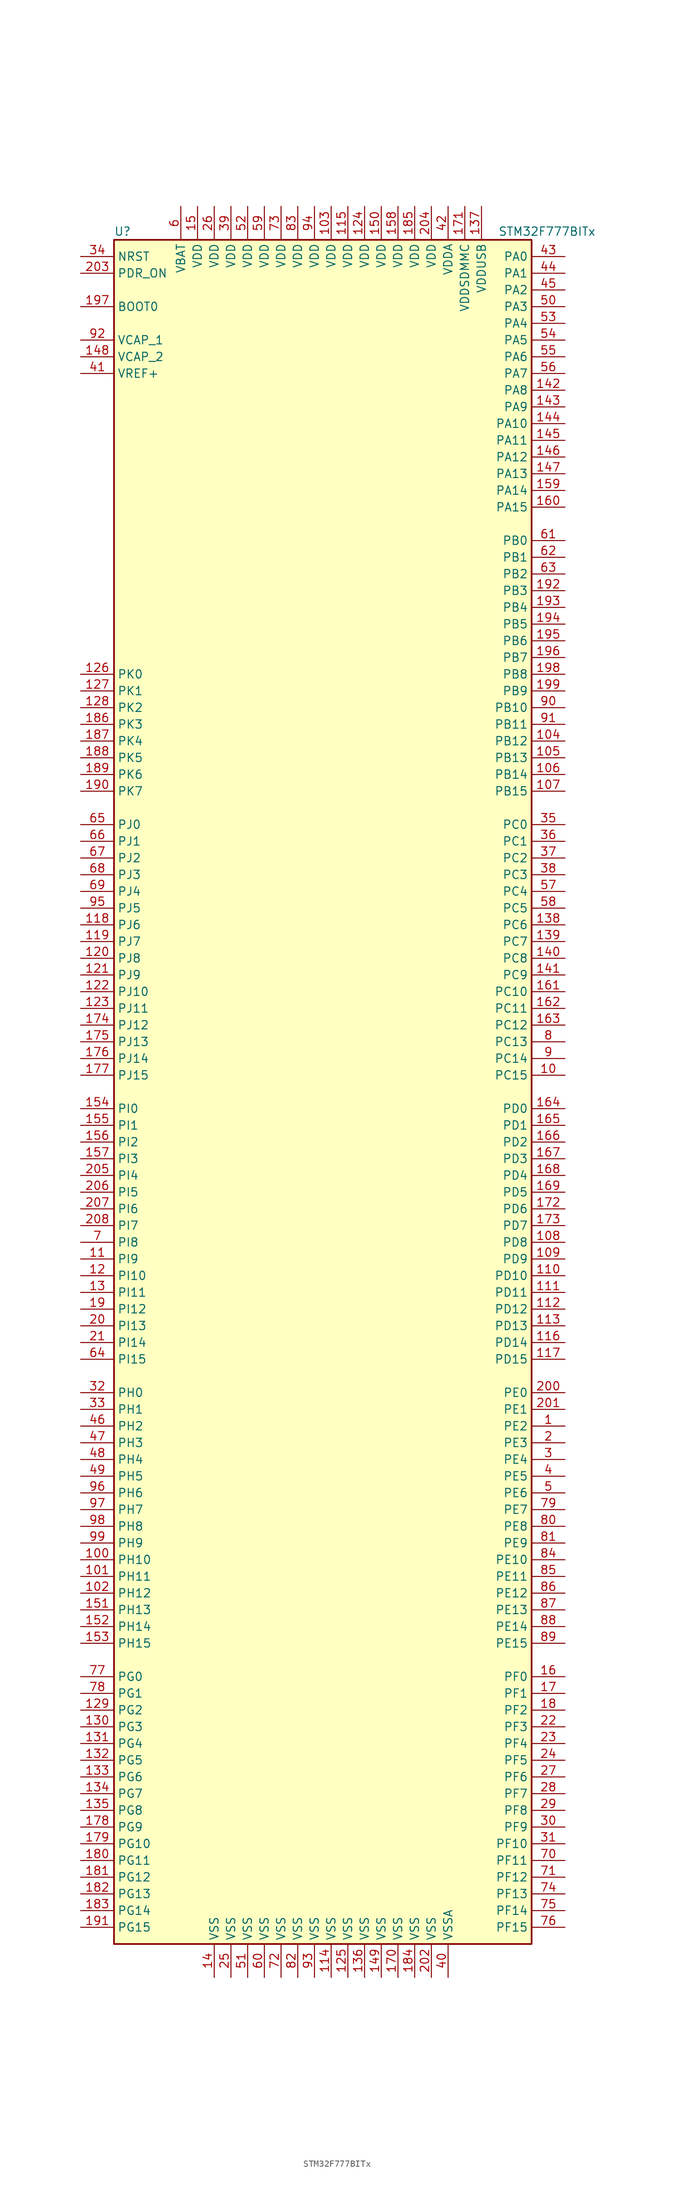
<source format=kicad_sym>
(kicad_symbol_lib
  (version 20211014)
  (generator kicad_symbol_editor)
  (symbol "STM32F777BITx"
    (property "Reference" "U"
      (at -33.02 130.81 0)
      (effects (font (size 1.27 1.27)) (justify left)))
    (property "Value" "STM32F777BITx"
      (at 25.4 130.81 0)
      (effects (font (size 1.27 1.27)) (justify left)))
    (symbol "STM32F777BITx_0_1"
      (rectangle (start -33.02 -129.54) (end 30.48 129.54) (stroke (width 0.254) (type default) (color 0 0 0 0)) (fill (type background))))
    (symbol "STM32F777BITx_1_1"
      (pin bidirectional line (at 35.56 -50.8 180) (length 5.08) (name "PE2" (effects (font (size 1.27 1.27)))) (number "1" (effects (font (size 1.27 1.27)))))
      (pin bidirectional line (at 35.56 2.54 180) (length 5.08) (name "PC15" (effects (font (size 1.27 1.27)))) (number "10" (effects (font (size 1.27 1.27)))))
      (pin bidirectional line (at -38.1 -71.12 0) (length 5.08) (name "PH10" (effects (font (size 1.27 1.27)))) (number "100" (effects (font (size 1.27 1.27)))))
      (pin bidirectional line (at -38.1 -73.66 0) (length 5.08) (name "PH11" (effects (font (size 1.27 1.27)))) (number "101" (effects (font (size 1.27 1.27)))))
      (pin bidirectional line (at -38.1 -76.2 0) (length 5.08) (name "PH12" (effects (font (size 1.27 1.27)))) (number "102" (effects (font (size 1.27 1.27)))))
      (pin power_in line (at 0 134.62 270) (length 5.08) (name "VDD" (effects (font (size 1.27 1.27)))) (number "103" (effects (font (size 1.27 1.27)))))
      (pin bidirectional line (at 35.56 53.34 180) (length 5.08) (name "PB12" (effects (font (size 1.27 1.27)))) (number "104" (effects (font (size 1.27 1.27)))))
      (pin bidirectional line (at 35.56 50.8 180) (length 5.08) (name "PB13" (effects (font (size 1.27 1.27)))) (number "105" (effects (font (size 1.27 1.27)))))
      (pin bidirectional line (at 35.56 48.26 180) (length 5.08) (name "PB14" (effects (font (size 1.27 1.27)))) (number "106" (effects (font (size 1.27 1.27)))))
      (pin bidirectional line (at 35.56 45.72 180) (length 5.08) (name "PB15" (effects (font (size 1.27 1.27)))) (number "107" (effects (font (size 1.27 1.27)))))
      (pin bidirectional line (at 35.56 -22.86 180) (length 5.08) (name "PD8" (effects (font (size 1.27 1.27)))) (number "108" (effects (font (size 1.27 1.27)))))
      (pin bidirectional line (at 35.56 -25.4 180) (length 5.08) (name "PD9" (effects (font (size 1.27 1.27)))) (number "109" (effects (font (size 1.27 1.27)))))
      (pin bidirectional line (at -38.1 -25.4 0) (length 5.08) (name "PI9" (effects (font (size 1.27 1.27)))) (number "11" (effects (font (size 1.27 1.27)))))
      (pin bidirectional line (at 35.56 -27.94 180) (length 5.08) (name "PD10" (effects (font (size 1.27 1.27)))) (number "110" (effects (font (size 1.27 1.27)))))
      (pin bidirectional line (at 35.56 -30.48 180) (length 5.08) (name "PD11" (effects (font (size 1.27 1.27)))) (number "111" (effects (font (size 1.27 1.27)))))
      (pin bidirectional line (at 35.56 -33.02 180) (length 5.08) (name "PD12" (effects (font (size 1.27 1.27)))) (number "112" (effects (font (size 1.27 1.27)))))
      (pin bidirectional line (at 35.56 -35.56 180) (length 5.08) (name "PD13" (effects (font (size 1.27 1.27)))) (number "113" (effects (font (size 1.27 1.27)))))
      (pin power_in line (at 0 -134.62 90) (length 5.08) (name "VSS" (effects (font (size 1.27 1.27)))) (number "114" (effects (font (size 1.27 1.27)))))
      (pin power_in line (at 2.54 134.62 270) (length 5.08) (name "VDD" (effects (font (size 1.27 1.27)))) (number "115" (effects (font (size 1.27 1.27)))))
      (pin bidirectional line (at 35.56 -38.1 180) (length 5.08) (name "PD14" (effects (font (size 1.27 1.27)))) (number "116" (effects (font (size 1.27 1.27)))))
      (pin bidirectional line (at 35.56 -40.64 180) (length 5.08) (name "PD15" (effects (font (size 1.27 1.27)))) (number "117" (effects (font (size 1.27 1.27)))))
      (pin bidirectional line (at -38.1 25.4 0) (length 5.08) (name "PJ6" (effects (font (size 1.27 1.27)))) (number "118" (effects (font (size 1.27 1.27)))))
      (pin bidirectional line (at -38.1 22.86 0) (length 5.08) (name "PJ7" (effects (font (size 1.27 1.27)))) (number "119" (effects (font (size 1.27 1.27)))))
      (pin bidirectional line (at -38.1 -27.94 0) (length 5.08) (name "PI10" (effects (font (size 1.27 1.27)))) (number "12" (effects (font (size 1.27 1.27)))))
      (pin bidirectional line (at -38.1 20.32 0) (length 5.08) (name "PJ8" (effects (font (size 1.27 1.27)))) (number "120" (effects (font (size 1.27 1.27)))))
      (pin bidirectional line (at -38.1 17.78 0) (length 5.08) (name "PJ9" (effects (font (size 1.27 1.27)))) (number "121" (effects (font (size 1.27 1.27)))))
      (pin bidirectional line (at -38.1 15.24 0) (length 5.08) (name "PJ10" (effects (font (size 1.27 1.27)))) (number "122" (effects (font (size 1.27 1.27)))))
      (pin bidirectional line (at -38.1 12.7 0) (length 5.08) (name "PJ11" (effects (font (size 1.27 1.27)))) (number "123" (effects (font (size 1.27 1.27)))))
      (pin power_in line (at 5.08 134.62 270) (length 5.08) (name "VDD" (effects (font (size 1.27 1.27)))) (number "124" (effects (font (size 1.27 1.27)))))
      (pin power_in line (at 2.54 -134.62 90) (length 5.08) (name "VSS" (effects (font (size 1.27 1.27)))) (number "125" (effects (font (size 1.27 1.27)))))
      (pin bidirectional line (at -38.1 63.5 0) (length 5.08) (name "PK0" (effects (font (size 1.27 1.27)))) (number "126" (effects (font (size 1.27 1.27)))))
      (pin bidirectional line (at -38.1 60.96 0) (length 5.08) (name "PK1" (effects (font (size 1.27 1.27)))) (number "127" (effects (font (size 1.27 1.27)))))
      (pin bidirectional line (at -38.1 58.42 0) (length 5.08) (name "PK2" (effects (font (size 1.27 1.27)))) (number "128" (effects (font (size 1.27 1.27)))))
      (pin bidirectional line (at -38.1 -93.98 0) (length 5.08) (name "PG2" (effects (font (size 1.27 1.27)))) (number "129" (effects (font (size 1.27 1.27)))))
      (pin bidirectional line (at -38.1 -30.48 0) (length 5.08) (name "PI11" (effects (font (size 1.27 1.27)))) (number "13" (effects (font (size 1.27 1.27)))))
      (pin bidirectional line (at -38.1 -96.52 0) (length 5.08) (name "PG3" (effects (font (size 1.27 1.27)))) (number "130" (effects (font (size 1.27 1.27)))))
      (pin bidirectional line (at -38.1 -99.06 0) (length 5.08) (name "PG4" (effects (font (size 1.27 1.27)))) (number "131" (effects (font (size 1.27 1.27)))))
      (pin bidirectional line (at -38.1 -101.6 0) (length 5.08) (name "PG5" (effects (font (size 1.27 1.27)))) (number "132" (effects (font (size 1.27 1.27)))))
      (pin bidirectional line (at -38.1 -104.14 0) (length 5.08) (name "PG6" (effects (font (size 1.27 1.27)))) (number "133" (effects (font (size 1.27 1.27)))))
      (pin bidirectional line (at -38.1 -106.68 0) (length 5.08) (name "PG7" (effects (font (size 1.27 1.27)))) (number "134" (effects (font (size 1.27 1.27)))))
      (pin bidirectional line (at -38.1 -109.22 0) (length 5.08) (name "PG8" (effects (font (size 1.27 1.27)))) (number "135" (effects (font (size 1.27 1.27)))))
      (pin power_in line (at 5.08 -134.62 90) (length 5.08) (name "VSS" (effects (font (size 1.27 1.27)))) (number "136" (effects (font (size 1.27 1.27)))))
      (pin power_in line (at 22.86 134.62 270) (length 5.08) (name "VDDUSB" (effects (font (size 1.27 1.27)))) (number "137" (effects (font (size 1.27 1.27)))))
      (pin bidirectional line (at 35.56 25.4 180) (length 5.08) (name "PC6" (effects (font (size 1.27 1.27)))) (number "138" (effects (font (size 1.27 1.27)))))
      (pin bidirectional line (at 35.56 22.86 180) (length 5.08) (name "PC7" (effects (font (size 1.27 1.27)))) (number "139" (effects (font (size 1.27 1.27)))))
      (pin power_in line (at -17.78 -134.62 90) (length 5.08) (name "VSS" (effects (font (size 1.27 1.27)))) (number "14" (effects (font (size 1.27 1.27)))))
      (pin bidirectional line (at 35.56 20.32 180) (length 5.08) (name "PC8" (effects (font (size 1.27 1.27)))) (number "140" (effects (font (size 1.27 1.27)))))
      (pin bidirectional line (at 35.56 17.78 180) (length 5.08) (name "PC9" (effects (font (size 1.27 1.27)))) (number "141" (effects (font (size 1.27 1.27)))))
      (pin bidirectional line (at 35.56 106.68 180) (length 5.08) (name "PA8" (effects (font (size 1.27 1.27)))) (number "142" (effects (font (size 1.27 1.27)))))
      (pin bidirectional line (at 35.56 104.14 180) (length 5.08) (name "PA9" (effects (font (size 1.27 1.27)))) (number "143" (effects (font (size 1.27 1.27)))))
      (pin bidirectional line (at 35.56 101.6 180) (length 5.08) (name "PA10" (effects (font (size 1.27 1.27)))) (number "144" (effects (font (size 1.27 1.27)))))
      (pin bidirectional line (at 35.56 99.06 180) (length 5.08) (name "PA11" (effects (font (size 1.27 1.27)))) (number "145" (effects (font (size 1.27 1.27)))))
      (pin bidirectional line (at 35.56 96.52 180) (length 5.08) (name "PA12" (effects (font (size 1.27 1.27)))) (number "146" (effects (font (size 1.27 1.27)))))
      (pin bidirectional line (at 35.56 93.98 180) (length 5.08) (name "PA13" (effects (font (size 1.27 1.27)))) (number "147" (effects (font (size 1.27 1.27)))))
      (pin power_in line (at -38.1 111.76 0) (length 5.08) (name "VCAP_2" (effects (font (size 1.27 1.27)))) (number "148" (effects (font (size 1.27 1.27)))))
      (pin power_in line (at 7.62 -134.62 90) (length 5.08) (name "VSS" (effects (font (size 1.27 1.27)))) (number "149" (effects (font (size 1.27 1.27)))))
      (pin power_in line (at -20.32 134.62 270) (length 5.08) (name "VDD" (effects (font (size 1.27 1.27)))) (number "15" (effects (font (size 1.27 1.27)))))
      (pin power_in line (at 7.62 134.62 270) (length 5.08) (name "VDD" (effects (font (size 1.27 1.27)))) (number "150" (effects (font (size 1.27 1.27)))))
      (pin bidirectional line (at -38.1 -78.74 0) (length 5.08) (name "PH13" (effects (font (size 1.27 1.27)))) (number "151" (effects (font (size 1.27 1.27)))))
      (pin bidirectional line (at -38.1 -81.28 0) (length 5.08) (name "PH14" (effects (font (size 1.27 1.27)))) (number "152" (effects (font (size 1.27 1.27)))))
      (pin bidirectional line (at -38.1 -83.82 0) (length 5.08) (name "PH15" (effects (font (size 1.27 1.27)))) (number "153" (effects (font (size 1.27 1.27)))))
      (pin bidirectional line (at -38.1 -2.54 0) (length 5.08) (name "PI0" (effects (font (size 1.27 1.27)))) (number "154" (effects (font (size 1.27 1.27)))))
      (pin bidirectional line (at -38.1 -5.08 0) (length 5.08) (name "PI1" (effects (font (size 1.27 1.27)))) (number "155" (effects (font (size 1.27 1.27)))))
      (pin bidirectional line (at -38.1 -7.62 0) (length 5.08) (name "PI2" (effects (font (size 1.27 1.27)))) (number "156" (effects (font (size 1.27 1.27)))))
      (pin bidirectional line (at -38.1 -10.16 0) (length 5.08) (name "PI3" (effects (font (size 1.27 1.27)))) (number "157" (effects (font (size 1.27 1.27)))))
      (pin power_in line (at 10.16 134.62 270) (length 5.08) (name "VDD" (effects (font (size 1.27 1.27)))) (number "158" (effects (font (size 1.27 1.27)))))
      (pin bidirectional line (at 35.56 91.44 180) (length 5.08) (name "PA14" (effects (font (size 1.27 1.27)))) (number "159" (effects (font (size 1.27 1.27)))))
      (pin bidirectional line (at 35.56 -88.9 180) (length 5.08) (name "PF0" (effects (font (size 1.27 1.27)))) (number "16" (effects (font (size 1.27 1.27)))))
      (pin bidirectional line (at 35.56 88.9 180) (length 5.08) (name "PA15" (effects (font (size 1.27 1.27)))) (number "160" (effects (font (size 1.27 1.27)))))
      (pin bidirectional line (at 35.56 15.24 180) (length 5.08) (name "PC10" (effects (font (size 1.27 1.27)))) (number "161" (effects (font (size 1.27 1.27)))))
      (pin bidirectional line (at 35.56 12.7 180) (length 5.08) (name "PC11" (effects (font (size 1.27 1.27)))) (number "162" (effects (font (size 1.27 1.27)))))
      (pin bidirectional line (at 35.56 10.16 180) (length 5.08) (name "PC12" (effects (font (size 1.27 1.27)))) (number "163" (effects (font (size 1.27 1.27)))))
      (pin bidirectional line (at 35.56 -2.54 180) (length 5.08) (name "PD0" (effects (font (size 1.27 1.27)))) (number "164" (effects (font (size 1.27 1.27)))))
      (pin bidirectional line (at 35.56 -5.08 180) (length 5.08) (name "PD1" (effects (font (size 1.27 1.27)))) (number "165" (effects (font (size 1.27 1.27)))))
      (pin bidirectional line (at 35.56 -7.62 180) (length 5.08) (name "PD2" (effects (font (size 1.27 1.27)))) (number "166" (effects (font (size 1.27 1.27)))))
      (pin bidirectional line (at 35.56 -10.16 180) (length 5.08) (name "PD3" (effects (font (size 1.27 1.27)))) (number "167" (effects (font (size 1.27 1.27)))))
      (pin bidirectional line (at 35.56 -12.7 180) (length 5.08) (name "PD4" (effects (font (size 1.27 1.27)))) (number "168" (effects (font (size 1.27 1.27)))))
      (pin bidirectional line (at 35.56 -15.24 180) (length 5.08) (name "PD5" (effects (font (size 1.27 1.27)))) (number "169" (effects (font (size 1.27 1.27)))))
      (pin bidirectional line (at 35.56 -91.44 180) (length 5.08) (name "PF1" (effects (font (size 1.27 1.27)))) (number "17" (effects (font (size 1.27 1.27)))))
      (pin power_in line (at 10.16 -134.62 90) (length 5.08) (name "VSS" (effects (font (size 1.27 1.27)))) (number "170" (effects (font (size 1.27 1.27)))))
      (pin power_in line (at 20.32 134.62 270) (length 5.08) (name "VDDSDMMC" (effects (font (size 1.27 1.27)))) (number "171" (effects (font (size 1.27 1.27)))))
      (pin bidirectional line (at 35.56 -17.78 180) (length 5.08) (name "PD6" (effects (font (size 1.27 1.27)))) (number "172" (effects (font (size 1.27 1.27)))))
      (pin bidirectional line (at 35.56 -20.32 180) (length 5.08) (name "PD7" (effects (font (size 1.27 1.27)))) (number "173" (effects (font (size 1.27 1.27)))))
      (pin bidirectional line (at -38.1 10.16 0) (length 5.08) (name "PJ12" (effects (font (size 1.27 1.27)))) (number "174" (effects (font (size 1.27 1.27)))))
      (pin bidirectional line (at -38.1 7.62 0) (length 5.08) (name "PJ13" (effects (font (size 1.27 1.27)))) (number "175" (effects (font (size 1.27 1.27)))))
      (pin bidirectional line (at -38.1 5.08 0) (length 5.08) (name "PJ14" (effects (font (size 1.27 1.27)))) (number "176" (effects (font (size 1.27 1.27)))))
      (pin bidirectional line (at -38.1 2.54 0) (length 5.08) (name "PJ15" (effects (font (size 1.27 1.27)))) (number "177" (effects (font (size 1.27 1.27)))))
      (pin bidirectional line (at -38.1 -111.76 0) (length 5.08) (name "PG9" (effects (font (size 1.27 1.27)))) (number "178" (effects (font (size 1.27 1.27)))))
      (pin bidirectional line (at -38.1 -114.3 0) (length 5.08) (name "PG10" (effects (font (size 1.27 1.27)))) (number "179" (effects (font (size 1.27 1.27)))))
      (pin bidirectional line (at 35.56 -93.98 180) (length 5.08) (name "PF2" (effects (font (size 1.27 1.27)))) (number "18" (effects (font (size 1.27 1.27)))))
      (pin bidirectional line (at -38.1 -116.84 0) (length 5.08) (name "PG11" (effects (font (size 1.27 1.27)))) (number "180" (effects (font (size 1.27 1.27)))))
      (pin bidirectional line (at -38.1 -119.38 0) (length 5.08) (name "PG12" (effects (font (size 1.27 1.27)))) (number "181" (effects (font (size 1.27 1.27)))))
      (pin bidirectional line (at -38.1 -121.92 0) (length 5.08) (name "PG13" (effects (font (size 1.27 1.27)))) (number "182" (effects (font (size 1.27 1.27)))))
      (pin bidirectional line (at -38.1 -124.46 0) (length 5.08) (name "PG14" (effects (font (size 1.27 1.27)))) (number "183" (effects (font (size 1.27 1.27)))))
      (pin power_in line (at 12.7 -134.62 90) (length 5.08) (name "VSS" (effects (font (size 1.27 1.27)))) (number "184" (effects (font (size 1.27 1.27)))))
      (pin power_in line (at 12.7 134.62 270) (length 5.08) (name "VDD" (effects (font (size 1.27 1.27)))) (number "185" (effects (font (size 1.27 1.27)))))
      (pin bidirectional line (at -38.1 55.88 0) (length 5.08) (name "PK3" (effects (font (size 1.27 1.27)))) (number "186" (effects (font (size 1.27 1.27)))))
      (pin bidirectional line (at -38.1 53.34 0) (length 5.08) (name "PK4" (effects (font (size 1.27 1.27)))) (number "187" (effects (font (size 1.27 1.27)))))
      (pin bidirectional line (at -38.1 50.8 0) (length 5.08) (name "PK5" (effects (font (size 1.27 1.27)))) (number "188" (effects (font (size 1.27 1.27)))))
      (pin bidirectional line (at -38.1 48.26 0) (length 5.08) (name "PK6" (effects (font (size 1.27 1.27)))) (number "189" (effects (font (size 1.27 1.27)))))
      (pin bidirectional line (at -38.1 -33.02 0) (length 5.08) (name "PI12" (effects (font (size 1.27 1.27)))) (number "19" (effects (font (size 1.27 1.27)))))
      (pin bidirectional line (at -38.1 45.72 0) (length 5.08) (name "PK7" (effects (font (size 1.27 1.27)))) (number "190" (effects (font (size 1.27 1.27)))))
      (pin bidirectional line (at -38.1 -127 0) (length 5.08) (name "PG15" (effects (font (size 1.27 1.27)))) (number "191" (effects (font (size 1.27 1.27)))))
      (pin bidirectional line (at 35.56 76.2 180) (length 5.08) (name "PB3" (effects (font (size 1.27 1.27)))) (number "192" (effects (font (size 1.27 1.27)))))
      (pin bidirectional line (at 35.56 73.66 180) (length 5.08) (name "PB4" (effects (font (size 1.27 1.27)))) (number "193" (effects (font (size 1.27 1.27)))))
      (pin bidirectional line (at 35.56 71.12 180) (length 5.08) (name "PB5" (effects (font (size 1.27 1.27)))) (number "194" (effects (font (size 1.27 1.27)))))
      (pin bidirectional line (at 35.56 68.58 180) (length 5.08) (name "PB6" (effects (font (size 1.27 1.27)))) (number "195" (effects (font (size 1.27 1.27)))))
      (pin bidirectional line (at 35.56 66.04 180) (length 5.08) (name "PB7" (effects (font (size 1.27 1.27)))) (number "196" (effects (font (size 1.27 1.27)))))
      (pin input line (at -38.1 119.38 0) (length 5.08) (name "BOOT0" (effects (font (size 1.27 1.27)))) (number "197" (effects (font (size 1.27 1.27)))))
      (pin bidirectional line (at 35.56 63.5 180) (length 5.08) (name "PB8" (effects (font (size 1.27 1.27)))) (number "198" (effects (font (size 1.27 1.27)))))
      (pin bidirectional line (at 35.56 60.96 180) (length 5.08) (name "PB9" (effects (font (size 1.27 1.27)))) (number "199" (effects (font (size 1.27 1.27)))))
      (pin bidirectional line (at 35.56 -53.34 180) (length 5.08) (name "PE3" (effects (font (size 1.27 1.27)))) (number "2" (effects (font (size 1.27 1.27)))))
      (pin bidirectional line (at -38.1 -35.56 0) (length 5.08) (name "PI13" (effects (font (size 1.27 1.27)))) (number "20" (effects (font (size 1.27 1.27)))))
      (pin bidirectional line (at 35.56 -45.72 180) (length 5.08) (name "PE0" (effects (font (size 1.27 1.27)))) (number "200" (effects (font (size 1.27 1.27)))))
      (pin bidirectional line (at 35.56 -48.26 180) (length 5.08) (name "PE1" (effects (font (size 1.27 1.27)))) (number "201" (effects (font (size 1.27 1.27)))))
      (pin power_in line (at 15.24 -134.62 90) (length 5.08) (name "VSS" (effects (font (size 1.27 1.27)))) (number "202" (effects (font (size 1.27 1.27)))))
      (pin input line (at -38.1 124.46 0) (length 5.08) (name "PDR_ON" (effects (font (size 1.27 1.27)))) (number "203" (effects (font (size 1.27 1.27)))))
      (pin power_in line (at 15.24 134.62 270) (length 5.08) (name "VDD" (effects (font (size 1.27 1.27)))) (number "204" (effects (font (size 1.27 1.27)))))
      (pin bidirectional line (at -38.1 -12.7 0) (length 5.08) (name "PI4" (effects (font (size 1.27 1.27)))) (number "205" (effects (font (size 1.27 1.27)))))
      (pin bidirectional line (at -38.1 -15.24 0) (length 5.08) (name "PI5" (effects (font (size 1.27 1.27)))) (number "206" (effects (font (size 1.27 1.27)))))
      (pin bidirectional line (at -38.1 -17.78 0) (length 5.08) (name "PI6" (effects (font (size 1.27 1.27)))) (number "207" (effects (font (size 1.27 1.27)))))
      (pin bidirectional line (at -38.1 -20.32 0) (length 5.08) (name "PI7" (effects (font (size 1.27 1.27)))) (number "208" (effects (font (size 1.27 1.27)))))
      (pin bidirectional line (at -38.1 -38.1 0) (length 5.08) (name "PI14" (effects (font (size 1.27 1.27)))) (number "21" (effects (font (size 1.27 1.27)))))
      (pin bidirectional line (at 35.56 -96.52 180) (length 5.08) (name "PF3" (effects (font (size 1.27 1.27)))) (number "22" (effects (font (size 1.27 1.27)))))
      (pin bidirectional line (at 35.56 -99.06 180) (length 5.08) (name "PF4" (effects (font (size 1.27 1.27)))) (number "23" (effects (font (size 1.27 1.27)))))
      (pin bidirectional line (at 35.56 -101.6 180) (length 5.08) (name "PF5" (effects (font (size 1.27 1.27)))) (number "24" (effects (font (size 1.27 1.27)))))
      (pin power_in line (at -15.24 -134.62 90) (length 5.08) (name "VSS" (effects (font (size 1.27 1.27)))) (number "25" (effects (font (size 1.27 1.27)))))
      (pin power_in line (at -17.78 134.62 270) (length 5.08) (name "VDD" (effects (font (size 1.27 1.27)))) (number "26" (effects (font (size 1.27 1.27)))))
      (pin bidirectional line (at 35.56 -104.14 180) (length 5.08) (name "PF6" (effects (font (size 1.27 1.27)))) (number "27" (effects (font (size 1.27 1.27)))))
      (pin bidirectional line (at 35.56 -106.68 180) (length 5.08) (name "PF7" (effects (font (size 1.27 1.27)))) (number "28" (effects (font (size 1.27 1.27)))))
      (pin bidirectional line (at 35.56 -109.22 180) (length 5.08) (name "PF8" (effects (font (size 1.27 1.27)))) (number "29" (effects (font (size 1.27 1.27)))))
      (pin bidirectional line (at 35.56 -55.88 180) (length 5.08) (name "PE4" (effects (font (size 1.27 1.27)))) (number "3" (effects (font (size 1.27 1.27)))))
      (pin bidirectional line (at 35.56 -111.76 180) (length 5.08) (name "PF9" (effects (font (size 1.27 1.27)))) (number "30" (effects (font (size 1.27 1.27)))))
      (pin bidirectional line (at 35.56 -114.3 180) (length 5.08) (name "PF10" (effects (font (size 1.27 1.27)))) (number "31" (effects (font (size 1.27 1.27)))))
      (pin input line (at -38.1 -45.72 0) (length 5.08) (name "PH0" (effects (font (size 1.27 1.27)))) (number "32" (effects (font (size 1.27 1.27)))))
      (pin input line (at -38.1 -48.26 0) (length 5.08) (name "PH1" (effects (font (size 1.27 1.27)))) (number "33" (effects (font (size 1.27 1.27)))))
      (pin input line (at -38.1 127 0) (length 5.08) (name "NRST" (effects (font (size 1.27 1.27)))) (number "34" (effects (font (size 1.27 1.27)))))
      (pin bidirectional line (at 35.56 40.64 180) (length 5.08) (name "PC0" (effects (font (size 1.27 1.27)))) (number "35" (effects (font (size 1.27 1.27)))))
      (pin bidirectional line (at 35.56 38.1 180) (length 5.08) (name "PC1" (effects (font (size 1.27 1.27)))) (number "36" (effects (font (size 1.27 1.27)))))
      (pin bidirectional line (at 35.56 35.56 180) (length 5.08) (name "PC2" (effects (font (size 1.27 1.27)))) (number "37" (effects (font (size 1.27 1.27)))))
      (pin bidirectional line (at 35.56 33.02 180) (length 5.08) (name "PC3" (effects (font (size 1.27 1.27)))) (number "38" (effects (font (size 1.27 1.27)))))
      (pin power_in line (at -15.24 134.62 270) (length 5.08) (name "VDD" (effects (font (size 1.27 1.27)))) (number "39" (effects (font (size 1.27 1.27)))))
      (pin bidirectional line (at 35.56 -58.42 180) (length 5.08) (name "PE5" (effects (font (size 1.27 1.27)))) (number "4" (effects (font (size 1.27 1.27)))))
      (pin power_in line (at 17.78 -134.62 90) (length 5.08) (name "VSSA" (effects (font (size 1.27 1.27)))) (number "40" (effects (font (size 1.27 1.27)))))
      (pin power_in line (at -38.1 109.22 0) (length 5.08) (name "VREF+" (effects (font (size 1.27 1.27)))) (number "41" (effects (font (size 1.27 1.27)))))
      (pin power_in line (at 17.78 134.62 270) (length 5.08) (name "VDDA" (effects (font (size 1.27 1.27)))) (number "42" (effects (font (size 1.27 1.27)))))
      (pin bidirectional line (at 35.56 127 180) (length 5.08) (name "PA0" (effects (font (size 1.27 1.27)))) (number "43" (effects (font (size 1.27 1.27)))))
      (pin bidirectional line (at 35.56 124.46 180) (length 5.08) (name "PA1" (effects (font (size 1.27 1.27)))) (number "44" (effects (font (size 1.27 1.27)))))
      (pin bidirectional line (at 35.56 121.92 180) (length 5.08) (name "PA2" (effects (font (size 1.27 1.27)))) (number "45" (effects (font (size 1.27 1.27)))))
      (pin bidirectional line (at -38.1 -50.8 0) (length 5.08) (name "PH2" (effects (font (size 1.27 1.27)))) (number "46" (effects (font (size 1.27 1.27)))))
      (pin bidirectional line (at -38.1 -53.34 0) (length 5.08) (name "PH3" (effects (font (size 1.27 1.27)))) (number "47" (effects (font (size 1.27 1.27)))))
      (pin bidirectional line (at -38.1 -55.88 0) (length 5.08) (name "PH4" (effects (font (size 1.27 1.27)))) (number "48" (effects (font (size 1.27 1.27)))))
      (pin bidirectional line (at -38.1 -58.42 0) (length 5.08) (name "PH5" (effects (font (size 1.27 1.27)))) (number "49" (effects (font (size 1.27 1.27)))))
      (pin bidirectional line (at 35.56 -60.96 180) (length 5.08) (name "PE6" (effects (font (size 1.27 1.27)))) (number "5" (effects (font (size 1.27 1.27)))))
      (pin bidirectional line (at 35.56 119.38 180) (length 5.08) (name "PA3" (effects (font (size 1.27 1.27)))) (number "50" (effects (font (size 1.27 1.27)))))
      (pin power_in line (at -12.7 -134.62 90) (length 5.08) (name "VSS" (effects (font (size 1.27 1.27)))) (number "51" (effects (font (size 1.27 1.27)))))
      (pin power_in line (at -12.7 134.62 270) (length 5.08) (name "VDD" (effects (font (size 1.27 1.27)))) (number "52" (effects (font (size 1.27 1.27)))))
      (pin bidirectional line (at 35.56 116.84 180) (length 5.08) (name "PA4" (effects (font (size 1.27 1.27)))) (number "53" (effects (font (size 1.27 1.27)))))
      (pin bidirectional line (at 35.56 114.3 180) (length 5.08) (name "PA5" (effects (font (size 1.27 1.27)))) (number "54" (effects (font (size 1.27 1.27)))))
      (pin bidirectional line (at 35.56 111.76 180) (length 5.08) (name "PA6" (effects (font (size 1.27 1.27)))) (number "55" (effects (font (size 1.27 1.27)))))
      (pin bidirectional line (at 35.56 109.22 180) (length 5.08) (name "PA7" (effects (font (size 1.27 1.27)))) (number "56" (effects (font (size 1.27 1.27)))))
      (pin bidirectional line (at 35.56 30.48 180) (length 5.08) (name "PC4" (effects (font (size 1.27 1.27)))) (number "57" (effects (font (size 1.27 1.27)))))
      (pin bidirectional line (at 35.56 27.94 180) (length 5.08) (name "PC5" (effects (font (size 1.27 1.27)))) (number "58" (effects (font (size 1.27 1.27)))))
      (pin power_in line (at -10.16 134.62 270) (length 5.08) (name "VDD" (effects (font (size 1.27 1.27)))) (number "59" (effects (font (size 1.27 1.27)))))
      (pin power_in line (at -22.86 134.62 270) (length 5.08) (name "VBAT" (effects (font (size 1.27 1.27)))) (number "6" (effects (font (size 1.27 1.27)))))
      (pin power_in line (at -10.16 -134.62 90) (length 5.08) (name "VSS" (effects (font (size 1.27 1.27)))) (number "60" (effects (font (size 1.27 1.27)))))
      (pin bidirectional line (at 35.56 83.82 180) (length 5.08) (name "PB0" (effects (font (size 1.27 1.27)))) (number "61" (effects (font (size 1.27 1.27)))))
      (pin bidirectional line (at 35.56 81.28 180) (length 5.08) (name "PB1" (effects (font (size 1.27 1.27)))) (number "62" (effects (font (size 1.27 1.27)))))
      (pin bidirectional line (at 35.56 78.74 180) (length 5.08) (name "PB2" (effects (font (size 1.27 1.27)))) (number "63" (effects (font (size 1.27 1.27)))))
      (pin bidirectional line (at -38.1 -40.64 0) (length 5.08) (name "PI15" (effects (font (size 1.27 1.27)))) (number "64" (effects (font (size 1.27 1.27)))))
      (pin bidirectional line (at -38.1 40.64 0) (length 5.08) (name "PJ0" (effects (font (size 1.27 1.27)))) (number "65" (effects (font (size 1.27 1.27)))))
      (pin bidirectional line (at -38.1 38.1 0) (length 5.08) (name "PJ1" (effects (font (size 1.27 1.27)))) (number "66" (effects (font (size 1.27 1.27)))))
      (pin bidirectional line (at -38.1 35.56 0) (length 5.08) (name "PJ2" (effects (font (size 1.27 1.27)))) (number "67" (effects (font (size 1.27 1.27)))))
      (pin bidirectional line (at -38.1 33.02 0) (length 5.08) (name "PJ3" (effects (font (size 1.27 1.27)))) (number "68" (effects (font (size 1.27 1.27)))))
      (pin bidirectional line (at -38.1 30.48 0) (length 5.08) (name "PJ4" (effects (font (size 1.27 1.27)))) (number "69" (effects (font (size 1.27 1.27)))))
      (pin bidirectional line (at -38.1 -22.86 0) (length 5.08) (name "PI8" (effects (font (size 1.27 1.27)))) (number "7" (effects (font (size 1.27 1.27)))))
      (pin bidirectional line (at 35.56 -116.84 180) (length 5.08) (name "PF11" (effects (font (size 1.27 1.27)))) (number "70" (effects (font (size 1.27 1.27)))))
      (pin bidirectional line (at 35.56 -119.38 180) (length 5.08) (name "PF12" (effects (font (size 1.27 1.27)))) (number "71" (effects (font (size 1.27 1.27)))))
      (pin power_in line (at -7.62 -134.62 90) (length 5.08) (name "VSS" (effects (font (size 1.27 1.27)))) (number "72" (effects (font (size 1.27 1.27)))))
      (pin power_in line (at -7.62 134.62 270) (length 5.08) (name "VDD" (effects (font (size 1.27 1.27)))) (number "73" (effects (font (size 1.27 1.27)))))
      (pin bidirectional line (at 35.56 -121.92 180) (length 5.08) (name "PF13" (effects (font (size 1.27 1.27)))) (number "74" (effects (font (size 1.27 1.27)))))
      (pin bidirectional line (at 35.56 -124.46 180) (length 5.08) (name "PF14" (effects (font (size 1.27 1.27)))) (number "75" (effects (font (size 1.27 1.27)))))
      (pin bidirectional line (at 35.56 -127 180) (length 5.08) (name "PF15" (effects (font (size 1.27 1.27)))) (number "76" (effects (font (size 1.27 1.27)))))
      (pin bidirectional line (at -38.1 -88.9 0) (length 5.08) (name "PG0" (effects (font (size 1.27 1.27)))) (number "77" (effects (font (size 1.27 1.27)))))
      (pin bidirectional line (at -38.1 -91.44 0) (length 5.08) (name "PG1" (effects (font (size 1.27 1.27)))) (number "78" (effects (font (size 1.27 1.27)))))
      (pin bidirectional line (at 35.56 -63.5 180) (length 5.08) (name "PE7" (effects (font (size 1.27 1.27)))) (number "79" (effects (font (size 1.27 1.27)))))
      (pin bidirectional line (at 35.56 7.62 180) (length 5.08) (name "PC13" (effects (font (size 1.27 1.27)))) (number "8" (effects (font (size 1.27 1.27)))))
      (pin bidirectional line (at 35.56 -66.04 180) (length 5.08) (name "PE8" (effects (font (size 1.27 1.27)))) (number "80" (effects (font (size 1.27 1.27)))))
      (pin bidirectional line (at 35.56 -68.58 180) (length 5.08) (name "PE9" (effects (font (size 1.27 1.27)))) (number "81" (effects (font (size 1.27 1.27)))))
      (pin power_in line (at -5.08 -134.62 90) (length 5.08) (name "VSS" (effects (font (size 1.27 1.27)))) (number "82" (effects (font (size 1.27 1.27)))))
      (pin power_in line (at -5.08 134.62 270) (length 5.08) (name "VDD" (effects (font (size 1.27 1.27)))) (number "83" (effects (font (size 1.27 1.27)))))
      (pin bidirectional line (at 35.56 -71.12 180) (length 5.08) (name "PE10" (effects (font (size 1.27 1.27)))) (number "84" (effects (font (size 1.27 1.27)))))
      (pin bidirectional line (at 35.56 -73.66 180) (length 5.08) (name "PE11" (effects (font (size 1.27 1.27)))) (number "85" (effects (font (size 1.27 1.27)))))
      (pin bidirectional line (at 35.56 -76.2 180) (length 5.08) (name "PE12" (effects (font (size 1.27 1.27)))) (number "86" (effects (font (size 1.27 1.27)))))
      (pin bidirectional line (at 35.56 -78.74 180) (length 5.08) (name "PE13" (effects (font (size 1.27 1.27)))) (number "87" (effects (font (size 1.27 1.27)))))
      (pin bidirectional line (at 35.56 -81.28 180) (length 5.08) (name "PE14" (effects (font (size 1.27 1.27)))) (number "88" (effects (font (size 1.27 1.27)))))
      (pin bidirectional line (at 35.56 -83.82 180) (length 5.08) (name "PE15" (effects (font (size 1.27 1.27)))) (number "89" (effects (font (size 1.27 1.27)))))
      (pin bidirectional line (at 35.56 5.08 180) (length 5.08) (name "PC14" (effects (font (size 1.27 1.27)))) (number "9" (effects (font (size 1.27 1.27)))))
      (pin bidirectional line (at 35.56 58.42 180) (length 5.08) (name "PB10" (effects (font (size 1.27 1.27)))) (number "90" (effects (font (size 1.27 1.27)))))
      (pin bidirectional line (at 35.56 55.88 180) (length 5.08) (name "PB11" (effects (font (size 1.27 1.27)))) (number "91" (effects (font (size 1.27 1.27)))))
      (pin power_in line (at -38.1 114.3 0) (length 5.08) (name "VCAP_1" (effects (font (size 1.27 1.27)))) (number "92" (effects (font (size 1.27 1.27)))))
      (pin power_in line (at -2.54 -134.62 90) (length 5.08) (name "VSS" (effects (font (size 1.27 1.27)))) (number "93" (effects (font (size 1.27 1.27)))))
      (pin power_in line (at -2.54 134.62 270) (length 5.08) (name "VDD" (effects (font (size 1.27 1.27)))) (number "94" (effects (font (size 1.27 1.27)))))
      (pin bidirectional line (at -38.1 27.94 0) (length 5.08) (name "PJ5" (effects (font (size 1.27 1.27)))) (number "95" (effects (font (size 1.27 1.27)))))
      (pin bidirectional line (at -38.1 -60.96 0) (length 5.08) (name "PH6" (effects (font (size 1.27 1.27)))) (number "96" (effects (font (size 1.27 1.27)))))
      (pin bidirectional line (at -38.1 -63.5 0) (length 5.08) (name "PH7" (effects (font (size 1.27 1.27)))) (number "97" (effects (font (size 1.27 1.27)))))
      (pin bidirectional line (at -38.1 -66.04 0) (length 5.08) (name "PH8" (effects (font (size 1.27 1.27)))) (number "98" (effects (font (size 1.27 1.27)))))
      (pin bidirectional line (at -38.1 -68.58 0) (length 5.08) (name "PH9" (effects (font (size 1.27 1.27)))) (number "99" (effects (font (size 1.27 1.27))))))))
</source>
